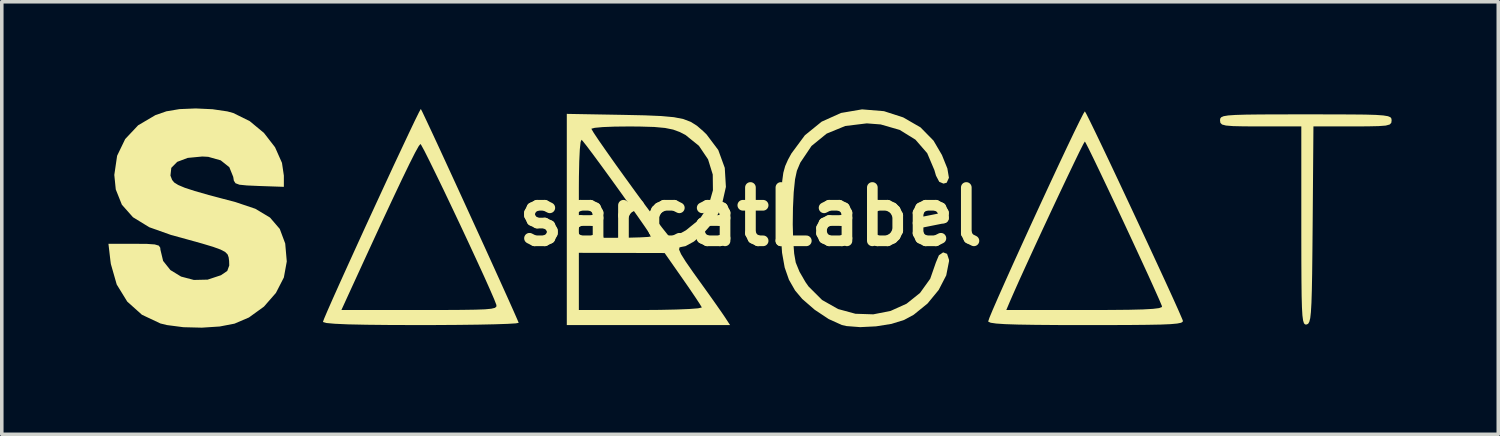
<source format=kicad_pcb>
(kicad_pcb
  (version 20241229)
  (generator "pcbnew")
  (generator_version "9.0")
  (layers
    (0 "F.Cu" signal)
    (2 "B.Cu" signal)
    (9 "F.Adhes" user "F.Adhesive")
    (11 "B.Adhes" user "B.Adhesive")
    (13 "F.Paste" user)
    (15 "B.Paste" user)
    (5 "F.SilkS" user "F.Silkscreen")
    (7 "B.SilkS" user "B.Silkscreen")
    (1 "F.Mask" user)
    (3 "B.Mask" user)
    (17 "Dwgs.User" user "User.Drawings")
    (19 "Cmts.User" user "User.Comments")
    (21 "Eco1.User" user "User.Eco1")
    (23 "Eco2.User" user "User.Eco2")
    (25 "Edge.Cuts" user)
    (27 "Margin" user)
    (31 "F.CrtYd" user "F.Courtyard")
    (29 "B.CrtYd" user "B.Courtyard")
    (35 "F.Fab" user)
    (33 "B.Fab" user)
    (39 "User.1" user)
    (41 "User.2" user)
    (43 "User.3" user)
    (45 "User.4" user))
  (footprint "sarcatLabel"
    (layer "F.Cu")
    (at 18.057 3.045)
    (property "Reference" "sarcatLabel" (at 0 0 0) (layer "F.SilkS") (effects (font (size 1.5 1.5) (thickness 0.3))))
    (attr board_only exclude_from_pos_files exclude_from_bom)
    (fp_poly (pts (xy 16.322 -2.878) (xy 16.873 -2.876) (xy 17.291 -2.872) (xy 17.594 -2.863) (xy 17.801 -2.848) (xy 17.93 -2.827) (xy 18 -2.798) (xy 18.028 -2.76) (xy 18.034 -2.711) (xy 18.034 -2.709) (xy 18.025 -2.64) (xy 17.979 -2.593) (xy 17.869 -2.563) (xy 17.669 -2.548) (xy 17.35 -2.541) (xy 16.934 -2.54) (xy 15.835 -2.54) (xy 15.813 0.232) (xy 15.806 0.992) (xy 15.799 1.6) (xy 15.79 2.073) (xy 15.779 2.428) (xy 15.764 2.682) (xy 15.745 2.853) (xy 15.719 2.956) (xy 15.687 3.01) (xy 15.648 3.031) (xy 15.642 3.032) (xy 15.602 3.031) (xy 15.569 2.999) (xy 15.544 2.919) (xy 15.525 2.775) (xy 15.512 2.551) (xy 15.503 2.229) (xy 15.498 1.793) (xy 15.495 1.226) (xy 15.494 0.511) (xy 15.494 0.26) (xy 15.494 -2.54) (xy 14.351 -2.54) (xy 13.892 -2.541) (xy 13.575 -2.548) (xy 13.375 -2.564) (xy 13.265 -2.593) (xy 13.218 -2.639) (xy 13.208 -2.706) (xy 13.208 -2.709) (xy 13.213 -2.759) (xy 13.241 -2.797) (xy 13.309 -2.827) (xy 13.436 -2.848) (xy 13.641 -2.862) (xy 13.941 -2.871) (xy 14.356 -2.876) (xy 14.902 -2.878) (xy 15.599 -2.879) (xy 15.621 -2.879)) (stroke (width 0) (type solid)) (fill yes) (layer "F.SilkS"))
    (fp_poly (pts (xy 3.756 -2.968) (xy 4.297 -2.793) (xy 4.784 -2.512) (xy 5.15 -2.139) (xy 5.386 -1.736) (xy 5.539 -1.356) (xy 5.583 -1.094) (xy 5.519 -0.955) (xy 5.429 -0.931) (xy 5.31 -0.982) (xy 5.219 -1.155) (xy 5.174 -1.31) (xy 4.972 -1.786) (xy 4.641 -2.167) (xy 4.198 -2.441) (xy 3.663 -2.595) (xy 3.272 -2.625) (xy 2.666 -2.551) (xy 2.144 -2.337) (xy 1.718 -1.99) (xy 1.402 -1.52) (xy 1.306 -1.291) (xy 1.254 -1.049) (xy 1.217 -0.686) (xy 1.196 -0.248) (xy 1.19 0.217) (xy 1.202 0.661) (xy 1.23 1.037) (xy 1.274 1.289) (xy 1.38 1.548) (xy 1.548 1.839) (xy 1.634 1.962) (xy 2.016 2.343) (xy 2.465 2.597) (xy 2.953 2.73) (xy 3.455 2.746) (xy 3.942 2.65) (xy 4.39 2.448) (xy 4.77 2.144) (xy 5.057 1.744) (xy 5.217 1.285) (xy 5.301 1.085) (xy 5.42 1.003) (xy 5.53 1.044) (xy 5.585 1.212) (xy 5.586 1.249) (xy 5.507 1.65) (xy 5.295 2.06) (xy 4.98 2.443) (xy 4.592 2.758) (xy 4.32 2.905) (xy 3.965 3.015) (xy 3.531 3.084) (xy 3.086 3.106) (xy 2.7 3.076) (xy 2.571 3.046) (xy 2.201 2.879) (xy 1.808 2.618) (xy 1.457 2.314) (xy 1.255 2.074) (xy 1.083 1.773) (xy 0.963 1.429) (xy 0.889 1.014) (xy 0.855 0.495) (xy 0.857 -0.157) (xy 0.859 -0.213) (xy 0.873 -0.67) (xy 0.893 -0.998) (xy 0.925 -1.236) (xy 0.977 -1.424) (xy 1.056 -1.602) (xy 1.152 -1.778) (xy 1.531 -2.29) (xy 2.003 -2.673) (xy 2.548 -2.918) (xy 3.139 -3.019)) (stroke (width 0) (type solid)) (fill yes) (layer "F.SilkS"))
    (fp_poly (pts (xy -9.226 -2.943) (xy -9.122 -2.723) (xy -8.966 -2.391) (xy -8.769 -1.967) (xy -8.54 -1.47) (xy -8.288 -0.922) (xy -8.022 -0.342) (xy -7.752 0.249) (xy -7.486 0.83) (xy -7.235 1.382) (xy -7.008 1.883) (xy -6.813 2.315) (xy -6.661 2.655) (xy -6.56 2.885) (xy -6.519 2.983) (xy -6.519 2.985) (xy -6.6 3) (xy -6.831 3.014) (xy -7.192 3.026) (xy -7.662 3.036) (xy -8.222 3.043) (xy -8.852 3.047) (xy -9.271 3.048) (xy -10.114 3.046) (xy -10.794 3.039) (xy -11.319 3.028) (xy -11.693 3.011) (xy -11.925 2.99) (xy -12.019 2.963) (xy -12.023 2.956) (xy -11.989 2.864) (xy -11.894 2.641) (xy -11.887 2.625) (xy -11.505 2.625) (xy -9.303 2.625) (xy -8.636 2.624) (xy -8.119 2.621) (xy -7.735 2.615) (xy -7.464 2.605) (xy -7.288 2.588) (xy -7.188 2.564) (xy -7.147 2.531) (xy -7.144 2.489) (xy -7.148 2.475) (xy -7.209 2.318) (xy -7.328 2.044) (xy -7.492 1.677) (xy -7.693 1.24) (xy -7.917 0.756) (xy -8.155 0.247) (xy -8.396 -0.262) (xy -8.628 -0.749) (xy -8.842 -1.19) (xy -9.025 -1.563) (xy -9.166 -1.844) (xy -9.256 -2.009) (xy -9.282 -2.045) (xy -9.33 -1.985) (xy -9.432 -1.802) (xy -9.59 -1.489) (xy -9.806 -1.043) (xy -10.082 -0.459) (xy -10.421 0.266) (xy -10.823 1.138) (xy -11.282 2.138) (xy -11.505 2.625) (xy -11.887 2.625) (xy -11.747 2.307) (xy -11.557 1.883) (xy -11.333 1.388) (xy -11.085 0.843) (xy -10.822 0.267) (xy -10.552 -0.319) (xy -10.286 -0.895) (xy -10.033 -1.442) (xy -9.8 -1.938) (xy -9.599 -2.365) (xy -9.438 -2.703) (xy -9.326 -2.93) (xy -9.273 -3.027) (xy -9.27 -3.029)) (stroke (width 0) (type solid)) (fill yes) (layer "F.SilkS"))
    (fp_poly (pts (xy 9.448 -2.89) (xy 9.552 -2.683) (xy 9.708 -2.362) (xy 9.906 -1.949) (xy 10.137 -1.463) (xy 10.391 -0.924) (xy 10.659 -0.353) (xy 10.932 0.231) (xy 11.2 0.806) (xy 11.453 1.352) (xy 11.683 1.85) (xy 11.879 2.279) (xy 12.032 2.619) (xy 12.132 2.85) (xy 12.161 2.919) (xy 12.159 2.955) (xy 12.112 2.983) (xy 12.003 3.005) (xy 11.817 3.022) (xy 11.538 3.034) (xy 11.149 3.041) (xy 10.633 3.046) (xy 9.975 3.048) (xy 9.449 3.048) (xy 8.659 3.047) (xy 8.023 3.042) (xy 7.53 3.034) (xy 7.164 3.022) (xy 6.912 3.005) (xy 6.76 2.983) (xy 6.694 2.955) (xy 6.688 2.942) (xy 6.722 2.842) (xy 6.812 2.625) (xy 7.196 2.625) (xy 9.407 2.625) (xy 10.101 2.623) (xy 10.642 2.618) (xy 11.043 2.608) (xy 11.322 2.592) (xy 11.492 2.571) (xy 11.569 2.543) (xy 11.576 2.519) (xy 11.499 2.336) (xy 11.368 2.042) (xy 11.194 1.657) (xy 10.986 1.206) (xy 10.757 0.711) (xy 10.516 0.194) (xy 10.275 -0.321) (xy 10.043 -0.812) (xy 9.832 -1.256) (xy 9.652 -1.63) (xy 9.514 -1.912) (xy 9.428 -2.079) (xy 9.405 -2.114) (xy 9.362 -2.041) (xy 9.258 -1.836) (xy 9.106 -1.522) (xy 8.915 -1.123) (xy 8.696 -0.661) (xy 8.46 -0.159) (xy 8.217 0.361) (xy 7.979 0.875) (xy 7.756 1.361) (xy 7.558 1.796) (xy 7.397 2.158) (xy 7.302 2.375) (xy 7.196 2.625) (xy 6.812 2.625) (xy 6.818 2.611) (xy 6.966 2.271) (xy 7.157 1.841) (xy 7.381 1.342) (xy 7.63 0.794) (xy 7.893 0.218) (xy 8.162 -0.366) (xy 8.427 -0.938) (xy 8.678 -1.476) (xy 8.907 -1.962) (xy 9.104 -2.374) (xy 9.259 -2.691) (xy 9.363 -2.895) (xy 9.406 -2.963)) (stroke (width 0) (type solid)) (fill yes) (layer "F.SilkS"))
    (fp_poly (pts (xy -15.13 -3.023) (xy -14.714 -2.962) (xy -14.545 -2.916) (xy -14.083 -2.688) (xy -13.682 -2.355) (xy -13.371 -1.953) (xy -13.176 -1.514) (xy -13.123 -1.155) (xy -13.123 -0.84) (xy -13.822 -0.864) (xy -14.164 -0.879) (xy -14.373 -0.9) (xy -14.483 -0.941) (xy -14.53 -1.014) (xy -14.547 -1.12) (xy -14.657 -1.392) (xy -14.899 -1.585) (xy -15.25 -1.684) (xy -15.417 -1.693) (xy -15.826 -1.654) (xy -16.122 -1.543) (xy -16.289 -1.374) (xy -16.313 -1.157) (xy -16.266 -1.034) (xy -16.207 -0.962) (xy -16.095 -0.892) (xy -15.91 -0.814) (xy -15.631 -0.723) (xy -15.236 -0.61) (xy -14.705 -0.469) (xy -14.486 -0.412) (xy -13.925 -0.223) (xy -13.513 0.024) (xy -13.238 0.344) (xy -13.085 0.754) (xy -13.041 1.259) (xy -13.123 1.709) (xy -13.346 2.143) (xy -13.683 2.529) (xy -14.106 2.835) (xy -14.511 3.008) (xy -14.927 3.088) (xy -15.43 3.121) (xy -15.949 3.108) (xy -16.411 3.048) (xy -16.595 3.003) (xy -17.115 2.758) (xy -17.528 2.388) (xy -17.824 1.907) (xy -17.989 1.33) (xy -18.002 1.234) (xy -18.057 0.762) (xy -17.326 0.762) (xy -16.972 0.765) (xy -16.755 0.78) (xy -16.642 0.813) (xy -16.6 0.872) (xy -16.595 0.927) (xy -16.519 1.244) (xy -16.314 1.501) (xy -16.014 1.684) (xy -15.654 1.779) (xy -15.267 1.77) (xy -14.892 1.646) (xy -14.715 1.525) (xy -14.659 1.371) (xy -14.663 1.244) (xy -14.676 1.143) (xy -14.705 1.062) (xy -14.773 0.993) (xy -14.901 0.925) (xy -15.112 0.848) (xy -15.425 0.754) (xy -15.864 0.632) (xy -16.298 0.513) (xy -16.909 0.296) (xy -17.367 0.015) (xy -17.679 -0.337) (xy -17.851 -0.767) (xy -17.892 -1.175) (xy -17.813 -1.714) (xy -17.586 -2.184) (xy -17.223 -2.57) (xy -16.738 -2.856) (xy -16.428 -2.964) (xy -16.059 -3.026) (xy -15.603 -3.045)) (stroke (width 0) (type solid)) (fill yes) (layer "F.SilkS"))
    (fp_poly (pts (xy -3.577 -2.864) (xy -2.97 -2.851) (xy -2.505 -2.831) (xy -2.153 -2.799) (xy -1.888 -2.747) (xy -1.68 -2.668) (xy -1.504 -2.558) (xy -1.331 -2.408) (xy -1.235 -2.315) (xy -0.905 -1.876) (xy -0.722 -1.374) (xy -0.69 -0.838) (xy -0.813 -0.294) (xy -0.9 -0.094) (xy -1.087 0.201) (xy -1.331 0.478) (xy -1.59 0.699) (xy -1.827 0.828) (xy -1.927 0.847) (xy -1.995 0.863) (xy -2.007 0.926) (xy -1.951 1.054) (xy -1.819 1.266) (xy -1.599 1.582) (xy -1.417 1.835) (xy -1.178 2.168) (xy -0.962 2.473) (xy -0.796 2.711) (xy -0.725 2.815) (xy -0.573 3.048) (xy -2.869 3.048) (xy -5.165 3.048) (xy -5.165 1.82) (xy -4.826 1.82) (xy -4.826 2.625) (xy -3.083 2.625) (xy -2.547 2.621) (xy -2.085 2.611) (xy -1.72 2.596) (xy -1.474 2.577) (xy -1.37 2.554) (xy -1.369 2.549) (xy -1.427 2.452) (xy -1.56 2.25) (xy -1.748 1.974) (xy -1.905 1.748) (xy -2.413 1.022) (xy -3.619 1.019) (xy -4.826 1.016) (xy -4.826 1.82) (xy -5.165 1.82) (xy -5.165 0.078) (xy -5.165 -0.809) (xy -4.826 -0.809) (xy -4.826 0.593) (xy -3.81 0.593) (xy -3.418 0.59) (xy -3.096 0.581) (xy -2.877 0.569) (xy -2.794 0.554) (xy -2.794 0.553) (xy -2.841 0.471) (xy -2.97 0.279) (xy -3.163 0.002) (xy -3.4 -0.333) (xy -3.663 -0.702) (xy -3.934 -1.078) (xy -4.194 -1.435) (xy -4.424 -1.747) (xy -4.606 -1.989) (xy -4.722 -2.134) (xy -4.75 -2.165) (xy -4.777 -2.101) (xy -4.799 -1.891) (xy -4.815 -1.558) (xy -4.824 -1.125) (xy -4.826 -0.809) (xy -5.165 -0.809) (xy -5.165 -2.47) (xy -4.473 -2.47) (xy -4.406 -2.356) (xy -4.26 -2.138) (xy -4.051 -1.838) (xy -3.799 -1.481) (xy -3.519 -1.092) (xy -3.23 -0.693) (xy -2.949 -0.31) (xy -2.693 0.033) (xy -2.481 0.314) (xy -2.328 0.506) (xy -2.254 0.588) (xy -2.251 0.589) (xy -2.138 0.551) (xy -1.938 0.451) (xy -1.814 0.382) (xy -1.43 0.071) (xy -1.177 -0.315) (xy -1.055 -0.743) (xy -1.06 -1.186) (xy -1.192 -1.613) (xy -1.449 -1.994) (xy -1.827 -2.299) (xy -1.986 -2.381) (xy -2.174 -2.45) (xy -2.401 -2.496) (xy -2.704 -2.524) (xy -3.119 -2.536) (xy -3.415 -2.538) (xy -3.818 -2.534) (xy -4.15 -2.521) (xy -4.378 -2.5) (xy -4.473 -2.475) (xy -4.473 -2.47) (xy -5.165 -2.47) (xy -5.165 -2.892)) (stroke (width 0) (type solid)) (fill yes) (layer "F.SilkS")))
  (gr_rect
    (start -3 -3)
    (end 39.091 9.166)
    (stroke (width 0.1) (type default))
    (fill no)
    (layer "Edge.Cuts")))
</source>
